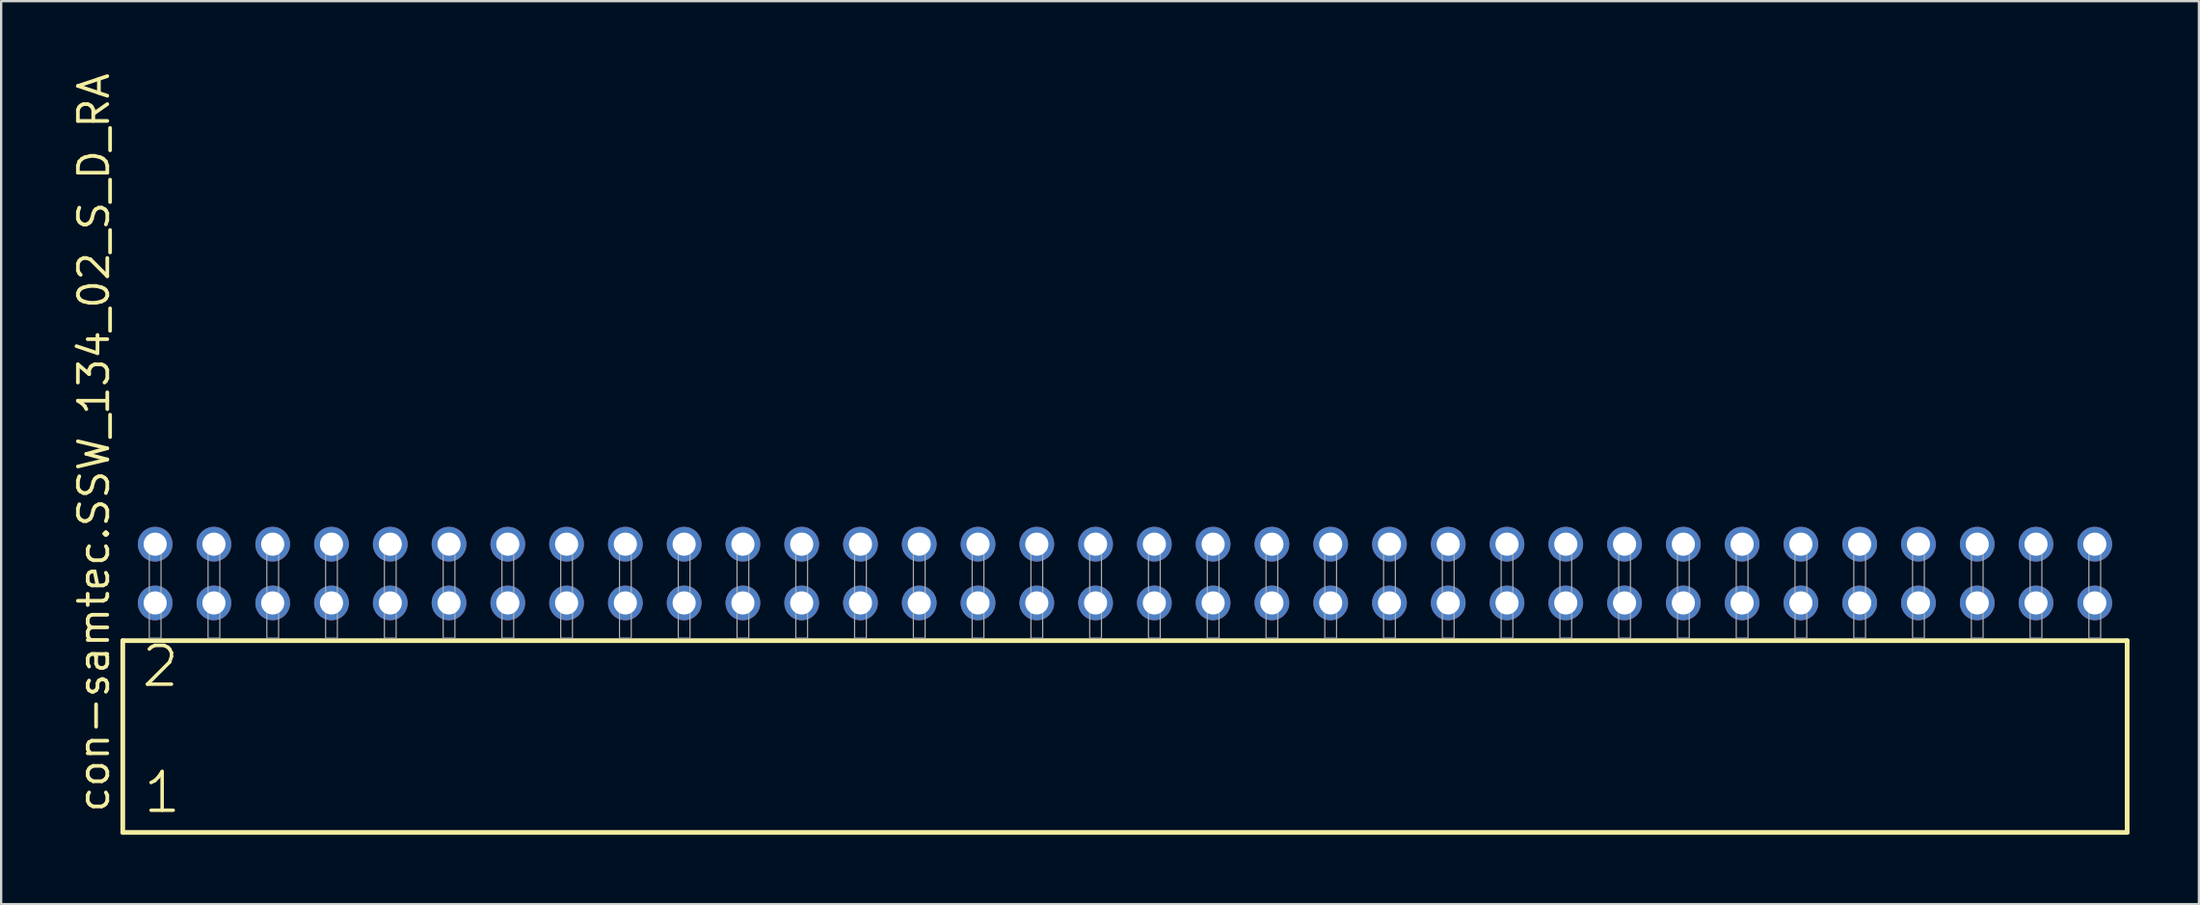
<source format=kicad_pcb>
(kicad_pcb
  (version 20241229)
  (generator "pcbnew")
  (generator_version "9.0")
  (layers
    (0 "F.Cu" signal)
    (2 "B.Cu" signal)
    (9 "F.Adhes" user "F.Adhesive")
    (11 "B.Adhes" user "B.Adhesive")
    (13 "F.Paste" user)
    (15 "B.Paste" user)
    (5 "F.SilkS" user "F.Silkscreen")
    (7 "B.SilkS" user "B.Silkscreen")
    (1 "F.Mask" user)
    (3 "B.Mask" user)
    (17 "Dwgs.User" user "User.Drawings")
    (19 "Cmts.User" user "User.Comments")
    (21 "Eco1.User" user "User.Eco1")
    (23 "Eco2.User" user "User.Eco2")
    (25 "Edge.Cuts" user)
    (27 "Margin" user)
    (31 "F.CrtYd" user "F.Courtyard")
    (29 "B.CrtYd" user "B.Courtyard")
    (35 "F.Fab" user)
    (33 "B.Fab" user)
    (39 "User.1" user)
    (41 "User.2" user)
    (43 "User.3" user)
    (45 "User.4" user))
  (footprint "con-samtec.SSW_134_02_S_D_RA"
    (layer "F.Cu")
    (at 45.565 24.537)
    (property "Reference" "con-samtec.SSW_134_02_S_D_RA" (at -43.815 7.62 90) (layer "F.SilkS") (effects (font (size 1.27 1.27) (thickness 0.16)) (justify left bottom)))
    (attr through_hole)
    (fp_line (start -43.309 0.106) (end -43.309 8.396) (stroke (width 0.203) (type default)) (layer "F.SilkS"))
    (fp_line (start -43.309 8.396) (end 43.309 8.396) (stroke (width 0.203) (type default)) (layer "F.SilkS"))
    (fp_line (start 43.309 0.106) (end -43.309 0.106) (stroke (width 0.203) (type default)) (layer "F.SilkS"))
    (fp_line (start 43.309 8.396) (end 43.309 0.106) (stroke (width 0.203) (type default)) (layer "F.SilkS"))
    (fp_rect (start -42.164 0) (end -41.656 -4.318) (stroke (width 0.05) (type default)) (fill no) (layer "F.Fab"))
    (fp_rect (start -39.624 0) (end -39.116 -4.318) (stroke (width 0.05) (type default)) (fill no) (layer "F.Fab"))
    (fp_rect (start -37.084 0) (end -36.576 -4.318) (stroke (width 0.05) (type default)) (fill no) (layer "F.Fab"))
    (fp_rect (start -34.544 0) (end -34.036 -4.318) (stroke (width 0.05) (type default)) (fill no) (layer "F.Fab"))
    (fp_rect (start -32.004 0) (end -31.496 -4.318) (stroke (width 0.05) (type default)) (fill no) (layer "F.Fab"))
    (fp_rect (start -29.464 0) (end -28.956 -4.318) (stroke (width 0.05) (type default)) (fill no) (layer "F.Fab"))
    (fp_rect (start -26.924 0) (end -26.416 -4.318) (stroke (width 0.05) (type default)) (fill no) (layer "F.Fab"))
    (fp_rect (start -24.384 0) (end -23.876 -4.318) (stroke (width 0.05) (type default)) (fill no) (layer "F.Fab"))
    (fp_rect (start -21.844 0) (end -21.336 -4.318) (stroke (width 0.05) (type default)) (fill no) (layer "F.Fab"))
    (fp_rect (start -19.304 0) (end -18.796 -4.318) (stroke (width 0.05) (type default)) (fill no) (layer "F.Fab"))
    (fp_rect (start -16.764 0) (end -16.256 -4.318) (stroke (width 0.05) (type default)) (fill no) (layer "F.Fab"))
    (fp_rect (start -14.224 0) (end -13.716 -4.318) (stroke (width 0.05) (type default)) (fill no) (layer "F.Fab"))
    (fp_rect (start -11.684 0) (end -11.176 -4.318) (stroke (width 0.05) (type default)) (fill no) (layer "F.Fab"))
    (fp_rect (start -9.144 0) (end -8.636 -4.318) (stroke (width 0.05) (type default)) (fill no) (layer "F.Fab"))
    (fp_rect (start -6.604 0) (end -6.096 -4.318) (stroke (width 0.05) (type default)) (fill no) (layer "F.Fab"))
    (fp_rect (start -4.064 0) (end -3.556 -4.318) (stroke (width 0.05) (type default)) (fill no) (layer "F.Fab"))
    (fp_rect (start -1.524 0) (end -1.016 -4.318) (stroke (width 0.05) (type default)) (fill no) (layer "F.Fab"))
    (fp_rect (start 1.016 0) (end 1.524 -4.318) (stroke (width 0.05) (type default)) (fill no) (layer "F.Fab"))
    (fp_rect (start 3.556 0) (end 4.064 -4.318) (stroke (width 0.05) (type default)) (fill no) (layer "F.Fab"))
    (fp_rect (start 6.096 0) (end 6.604 -4.318) (stroke (width 0.05) (type default)) (fill no) (layer "F.Fab"))
    (fp_rect (start 8.636 0) (end 9.144 -4.318) (stroke (width 0.05) (type default)) (fill no) (layer "F.Fab"))
    (fp_rect (start 11.176 0) (end 11.684 -4.318) (stroke (width 0.05) (type default)) (fill no) (layer "F.Fab"))
    (fp_rect (start 13.716 0) (end 14.224 -4.318) (stroke (width 0.05) (type default)) (fill no) (layer "F.Fab"))
    (fp_rect (start 16.256 0) (end 16.764 -4.318) (stroke (width 0.05) (type default)) (fill no) (layer "F.Fab"))
    (fp_rect (start 18.796 0) (end 19.304 -4.318) (stroke (width 0.05) (type default)) (fill no) (layer "F.Fab"))
    (fp_rect (start 21.336 0) (end 21.844 -4.318) (stroke (width 0.05) (type default)) (fill no) (layer "F.Fab"))
    (fp_rect (start 23.876 0) (end 24.384 -4.318) (stroke (width 0.05) (type default)) (fill no) (layer "F.Fab"))
    (fp_rect (start 26.416 0) (end 26.924 -4.318) (stroke (width 0.05) (type default)) (fill no) (layer "F.Fab"))
    (fp_rect (start 28.956 0) (end 29.464 -4.318) (stroke (width 0.05) (type default)) (fill no) (layer "F.Fab"))
    (fp_rect (start 31.496 0) (end 32.004 -4.318) (stroke (width 0.05) (type default)) (fill no) (layer "F.Fab"))
    (fp_rect (start 34.036 0) (end 34.544 -4.318) (stroke (width 0.05) (type default)) (fill no) (layer "F.Fab"))
    (fp_rect (start 36.576 0) (end 37.084 -4.318) (stroke (width 0.05) (type default)) (fill no) (layer "F.Fab"))
    (fp_rect (start 39.116 0) (end 39.624 -4.318) (stroke (width 0.05) (type default)) (fill no) (layer "F.Fab"))
    (fp_rect (start 41.656 0) (end 42.164 -4.318) (stroke (width 0.05) (type default)) (fill no) (layer "F.Fab"))
    (fp_text user "2" (at -42.58 2.2 0) (layer "F.SilkS") (effects (font (size 1.676 1.676) (thickness 0.15)) (justify left bottom)))
    (fp_text user "1" (at -42.505 7.65 0) (layer "F.SilkS") (effects (font (size 1.676 1.676) (thickness 0.15)) (justify left bottom)))
    (pad "1" thru_hole circle (at -41.91 -1.524) (size 1.5 1.5) (drill 1) (layers "*.Cu" "*.Mask"))
    (pad "2" thru_hole circle (at -41.91 -4.064) (size 1.5 1.5) (drill 1) (layers "*.Cu" "*.Mask"))
    (pad "3" thru_hole circle (at -39.37 -1.524) (size 1.5 1.5) (drill 1) (layers "*.Cu" "*.Mask"))
    (pad "4" thru_hole circle (at -39.37 -4.064) (size 1.5 1.5) (drill 1) (layers "*.Cu" "*.Mask"))
    (pad "5" thru_hole circle (at -36.83 -1.524) (size 1.5 1.5) (drill 1) (layers "*.Cu" "*.Mask"))
    (pad "6" thru_hole circle (at -36.83 -4.064) (size 1.5 1.5) (drill 1) (layers "*.Cu" "*.Mask"))
    (pad "7" thru_hole circle (at -34.29 -1.524) (size 1.5 1.5) (drill 1) (layers "*.Cu" "*.Mask"))
    (pad "8" thru_hole circle (at -34.29 -4.064) (size 1.5 1.5) (drill 1) (layers "*.Cu" "*.Mask"))
    (pad "9" thru_hole circle (at -31.75 -1.524) (size 1.5 1.5) (drill 1) (layers "*.Cu" "*.Mask"))
    (pad "10" thru_hole circle (at -31.75 -4.064) (size 1.5 1.5) (drill 1) (layers "*.Cu" "*.Mask"))
    (pad "11" thru_hole circle (at -29.21 -1.524) (size 1.5 1.5) (drill 1) (layers "*.Cu" "*.Mask"))
    (pad "12" thru_hole circle (at -29.21 -4.064) (size 1.5 1.5) (drill 1) (layers "*.Cu" "*.Mask"))
    (pad "13" thru_hole circle (at -26.67 -1.524) (size 1.5 1.5) (drill 1) (layers "*.Cu" "*.Mask"))
    (pad "14" thru_hole circle (at -26.67 -4.064) (size 1.5 1.5) (drill 1) (layers "*.Cu" "*.Mask"))
    (pad "15" thru_hole circle (at -24.13 -1.524) (size 1.5 1.5) (drill 1) (layers "*.Cu" "*.Mask"))
    (pad "16" thru_hole circle (at -24.13 -4.064) (size 1.5 1.5) (drill 1) (layers "*.Cu" "*.Mask"))
    (pad "17" thru_hole circle (at -21.59 -1.524) (size 1.5 1.5) (drill 1) (layers "*.Cu" "*.Mask"))
    (pad "18" thru_hole circle (at -21.59 -4.064) (size 1.5 1.5) (drill 1) (layers "*.Cu" "*.Mask"))
    (pad "19" thru_hole circle (at -19.05 -1.524) (size 1.5 1.5) (drill 1) (layers "*.Cu" "*.Mask"))
    (pad "20" thru_hole circle (at -19.05 -4.064) (size 1.5 1.5) (drill 1) (layers "*.Cu" "*.Mask"))
    (pad "21" thru_hole circle (at -16.51 -1.524) (size 1.5 1.5) (drill 1) (layers "*.Cu" "*.Mask"))
    (pad "22" thru_hole circle (at -16.51 -4.064) (size 1.5 1.5) (drill 1) (layers "*.Cu" "*.Mask"))
    (pad "23" thru_hole circle (at -13.97 -1.524) (size 1.5 1.5) (drill 1) (layers "*.Cu" "*.Mask"))
    (pad "24" thru_hole circle (at -13.97 -4.064) (size 1.5 1.5) (drill 1) (layers "*.Cu" "*.Mask"))
    (pad "25" thru_hole circle (at -11.43 -1.524) (size 1.5 1.5) (drill 1) (layers "*.Cu" "*.Mask"))
    (pad "26" thru_hole circle (at -11.43 -4.064) (size 1.5 1.5) (drill 1) (layers "*.Cu" "*.Mask"))
    (pad "27" thru_hole circle (at -8.89 -1.524) (size 1.5 1.5) (drill 1) (layers "*.Cu" "*.Mask"))
    (pad "28" thru_hole circle (at -8.89 -4.064) (size 1.5 1.5) (drill 1) (layers "*.Cu" "*.Mask"))
    (pad "29" thru_hole circle (at -6.35 -1.524) (size 1.5 1.5) (drill 1) (layers "*.Cu" "*.Mask"))
    (pad "30" thru_hole circle (at -6.35 -4.064) (size 1.5 1.5) (drill 1) (layers "*.Cu" "*.Mask"))
    (pad "31" thru_hole circle (at -3.81 -1.524) (size 1.5 1.5) (drill 1) (layers "*.Cu" "*.Mask"))
    (pad "32" thru_hole circle (at -3.81 -4.064) (size 1.5 1.5) (drill 1) (layers "*.Cu" "*.Mask"))
    (pad "33" thru_hole circle (at -1.27 -1.524) (size 1.5 1.5) (drill 1) (layers "*.Cu" "*.Mask"))
    (pad "34" thru_hole circle (at -1.27 -4.064) (size 1.5 1.5) (drill 1) (layers "*.Cu" "*.Mask"))
    (pad "35" thru_hole circle (at 1.27 -1.524) (size 1.5 1.5) (drill 1) (layers "*.Cu" "*.Mask"))
    (pad "36" thru_hole circle (at 1.27 -4.064) (size 1.5 1.5) (drill 1) (layers "*.Cu" "*.Mask"))
    (pad "37" thru_hole circle (at 3.81 -1.524) (size 1.5 1.5) (drill 1) (layers "*.Cu" "*.Mask"))
    (pad "38" thru_hole circle (at 3.81 -4.064) (size 1.5 1.5) (drill 1) (layers "*.Cu" "*.Mask"))
    (pad "39" thru_hole circle (at 6.35 -1.524) (size 1.5 1.5) (drill 1) (layers "*.Cu" "*.Mask"))
    (pad "40" thru_hole circle (at 6.35 -4.064) (size 1.5 1.5) (drill 1) (layers "*.Cu" "*.Mask"))
    (pad "41" thru_hole circle (at 8.89 -1.524) (size 1.5 1.5) (drill 1) (layers "*.Cu" "*.Mask"))
    (pad "42" thru_hole circle (at 8.89 -4.064) (size 1.5 1.5) (drill 1) (layers "*.Cu" "*.Mask"))
    (pad "43" thru_hole circle (at 11.43 -1.524) (size 1.5 1.5) (drill 1) (layers "*.Cu" "*.Mask"))
    (pad "44" thru_hole circle (at 11.43 -4.064) (size 1.5 1.5) (drill 1) (layers "*.Cu" "*.Mask"))
    (pad "45" thru_hole circle (at 13.97 -1.524) (size 1.5 1.5) (drill 1) (layers "*.Cu" "*.Mask"))
    (pad "46" thru_hole circle (at 13.97 -4.064) (size 1.5 1.5) (drill 1) (layers "*.Cu" "*.Mask"))
    (pad "47" thru_hole circle (at 16.51 -1.524) (size 1.5 1.5) (drill 1) (layers "*.Cu" "*.Mask"))
    (pad "48" thru_hole circle (at 16.51 -4.064) (size 1.5 1.5) (drill 1) (layers "*.Cu" "*.Mask"))
    (pad "49" thru_hole circle (at 19.05 -1.524) (size 1.5 1.5) (drill 1) (layers "*.Cu" "*.Mask"))
    (pad "50" thru_hole circle (at 19.05 -4.064) (size 1.5 1.5) (drill 1) (layers "*.Cu" "*.Mask"))
    (pad "51" thru_hole circle (at 21.59 -1.524) (size 1.5 1.5) (drill 1) (layers "*.Cu" "*.Mask"))
    (pad "52" thru_hole circle (at 21.59 -4.064) (size 1.5 1.5) (drill 1) (layers "*.Cu" "*.Mask"))
    (pad "53" thru_hole circle (at 24.13 -1.524) (size 1.5 1.5) (drill 1) (layers "*.Cu" "*.Mask"))
    (pad "54" thru_hole circle (at 24.13 -4.064) (size 1.5 1.5) (drill 1) (layers "*.Cu" "*.Mask"))
    (pad "55" thru_hole circle (at 26.67 -1.524) (size 1.5 1.5) (drill 1) (layers "*.Cu" "*.Mask"))
    (pad "56" thru_hole circle (at 26.67 -4.064) (size 1.5 1.5) (drill 1) (layers "*.Cu" "*.Mask"))
    (pad "57" thru_hole circle (at 29.21 -1.524) (size 1.5 1.5) (drill 1) (layers "*.Cu" "*.Mask"))
    (pad "58" thru_hole circle (at 29.21 -4.064) (size 1.5 1.5) (drill 1) (layers "*.Cu" "*.Mask"))
    (pad "59" thru_hole circle (at 31.75 -1.524) (size 1.5 1.5) (drill 1) (layers "*.Cu" "*.Mask"))
    (pad "60" thru_hole circle (at 31.75 -4.064) (size 1.5 1.5) (drill 1) (layers "*.Cu" "*.Mask"))
    (pad "61" thru_hole circle (at 34.29 -1.524) (size 1.5 1.5) (drill 1) (layers "*.Cu" "*.Mask"))
    (pad "62" thru_hole circle (at 34.29 -4.064) (size 1.5 1.5) (drill 1) (layers "*.Cu" "*.Mask"))
    (pad "63" thru_hole circle (at 36.83 -1.524) (size 1.5 1.5) (drill 1) (layers "*.Cu" "*.Mask"))
    (pad "64" thru_hole circle (at 36.83 -4.064) (size 1.5 1.5) (drill 1) (layers "*.Cu" "*.Mask"))
    (pad "65" thru_hole circle (at 39.37 -1.524) (size 1.5 1.5) (drill 1) (layers "*.Cu" "*.Mask"))
    (pad "66" thru_hole circle (at 39.37 -4.064) (size 1.5 1.5) (drill 1) (layers "*.Cu" "*.Mask"))
    (pad "67" thru_hole circle (at 41.91 -1.524) (size 1.5 1.5) (drill 1) (layers "*.Cu" "*.Mask"))
    (pad "68" thru_hole circle (at 41.91 -4.064) (size 1.5 1.5) (drill 1) (layers "*.Cu" "*.Mask")))
  (gr_rect
    (start -3 -3)
    (end 91.976 36.035)
    (stroke (width 0.1) (type default))
    (fill no)
    (layer "Edge.Cuts")))
</source>
